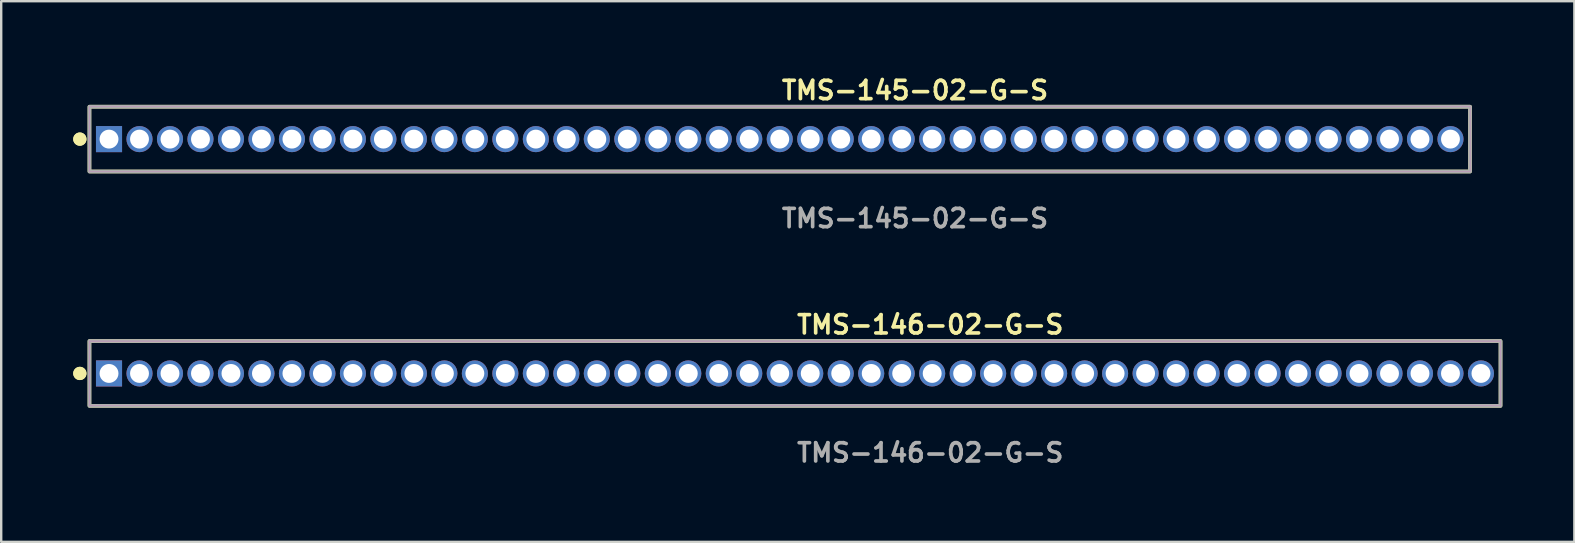
<source format=kicad_pcb>
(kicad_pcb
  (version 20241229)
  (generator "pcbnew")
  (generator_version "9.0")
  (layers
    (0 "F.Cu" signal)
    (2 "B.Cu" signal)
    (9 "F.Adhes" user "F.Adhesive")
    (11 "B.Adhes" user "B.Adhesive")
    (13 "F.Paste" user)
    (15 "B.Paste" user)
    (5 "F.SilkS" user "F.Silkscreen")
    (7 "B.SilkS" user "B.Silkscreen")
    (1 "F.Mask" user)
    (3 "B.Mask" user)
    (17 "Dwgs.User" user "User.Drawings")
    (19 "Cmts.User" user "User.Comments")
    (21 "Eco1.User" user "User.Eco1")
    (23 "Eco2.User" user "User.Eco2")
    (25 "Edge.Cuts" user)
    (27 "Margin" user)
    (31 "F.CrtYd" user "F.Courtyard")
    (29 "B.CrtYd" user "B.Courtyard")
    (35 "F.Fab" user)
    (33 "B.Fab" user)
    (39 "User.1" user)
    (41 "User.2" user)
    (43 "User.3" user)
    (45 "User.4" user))
  (footprint "TMS-145-02-G-S"
    (layer "F.Cu")
    (at 29.431 2.745)
    (property "Reference" "TMS-145-02-G-S" (at 0 -2.032 0) (unlocked yes) (layer "F.SilkS") (effects (font (size 0.762 0.762) (thickness 0.152)) (justify left)))
    (fp_rect (start -28.755 1.35) (end 28.755 -1.35) (stroke (width 0.152) (type solid)) (fill no) (layer "F.SilkS"))
    (fp_circle (center -29.155 0) (end -29.355 0) (stroke (width 0.152) (type solid)) (fill yes) (layer "F.SilkS"))
    (fp_circle (center -29.155 0) (end -29.355 0) (stroke (width 0.152) (type solid)) (fill yes) (layer "F.SilkS"))
    (fp_rect (start -28.755 1.35) (end 28.755 -1.35) (stroke (width 0.006) (type solid)) (fill no) (layer "F.CrtYd"))
    (fp_rect (start -28.755 1.35) (end 28.755 -1.35) (stroke (width 0.152) (type solid)) (fill no) (layer "F.Fab"))
    (fp_text user "${REFERENCE}" (at 0 3.302 0) (unlocked yes) (layer "F.Fab") (effects (font (size 0.762 0.762) (thickness 0.152)) (justify left)))
    (pad "1" thru_hole rect (at -27.94 0) (size 1.087 1.087) (drill 0.787) (layers "*.Cu" "*.Mask"))
    (pad "2" thru_hole circle (at -26.67 0) (size 1.087 1.087) (drill 0.787) (layers "*.Cu" "*.Mask"))
    (pad "3" thru_hole circle (at -25.4 0) (size 1.087 1.087) (drill 0.787) (layers "*.Cu" "*.Mask"))
    (pad "4" thru_hole circle (at -24.13 0) (size 1.087 1.087) (drill 0.787) (layers "*.Cu" "*.Mask"))
    (pad "5" thru_hole circle (at -22.86 0) (size 1.087 1.087) (drill 0.787) (layers "*.Cu" "*.Mask"))
    (pad "6" thru_hole circle (at -21.59 0) (size 1.087 1.087) (drill 0.787) (layers "*.Cu" "*.Mask"))
    (pad "7" thru_hole circle (at -20.32 0) (size 1.087 1.087) (drill 0.787) (layers "*.Cu" "*.Mask"))
    (pad "8" thru_hole circle (at -19.05 0) (size 1.087 1.087) (drill 0.787) (layers "*.Cu" "*.Mask"))
    (pad "9" thru_hole circle (at -17.78 0) (size 1.087 1.087) (drill 0.787) (layers "*.Cu" "*.Mask"))
    (pad "10" thru_hole circle (at -16.51 0) (size 1.087 1.087) (drill 0.787) (layers "*.Cu" "*.Mask"))
    (pad "11" thru_hole circle (at -15.24 0) (size 1.087 1.087) (drill 0.787) (layers "*.Cu" "*.Mask"))
    (pad "12" thru_hole circle (at -13.97 0) (size 1.087 1.087) (drill 0.787) (layers "*.Cu" "*.Mask"))
    (pad "13" thru_hole circle (at -12.7 0) (size 1.087 1.087) (drill 0.787) (layers "*.Cu" "*.Mask"))
    (pad "14" thru_hole circle (at -11.43 0) (size 1.087 1.087) (drill 0.787) (layers "*.Cu" "*.Mask"))
    (pad "15" thru_hole circle (at -10.16 0) (size 1.087 1.087) (drill 0.787) (layers "*.Cu" "*.Mask"))
    (pad "16" thru_hole circle (at -8.89 0) (size 1.087 1.087) (drill 0.787) (layers "*.Cu" "*.Mask"))
    (pad "17" thru_hole circle (at -7.62 0) (size 1.087 1.087) (drill 0.787) (layers "*.Cu" "*.Mask"))
    (pad "18" thru_hole circle (at -6.35 0) (size 1.087 1.087) (drill 0.787) (layers "*.Cu" "*.Mask"))
    (pad "19" thru_hole circle (at -5.08 0) (size 1.087 1.087) (drill 0.787) (layers "*.Cu" "*.Mask"))
    (pad "20" thru_hole circle (at -3.81 0) (size 1.087 1.087) (drill 0.787) (layers "*.Cu" "*.Mask"))
    (pad "21" thru_hole circle (at -2.54 0) (size 1.087 1.087) (drill 0.787) (layers "*.Cu" "*.Mask"))
    (pad "22" thru_hole circle (at -1.27 0) (size 1.087 1.087) (drill 0.787) (layers "*.Cu" "*.Mask"))
    (pad "23" thru_hole circle (at 0 0) (size 1.087 1.087) (drill 0.787) (layers "*.Cu" "*.Mask"))
    (pad "24" thru_hole circle (at 1.27 0) (size 1.087 1.087) (drill 0.787) (layers "*.Cu" "*.Mask"))
    (pad "25" thru_hole circle (at 2.54 0) (size 1.087 1.087) (drill 0.787) (layers "*.Cu" "*.Mask"))
    (pad "26" thru_hole circle (at 3.81 0) (size 1.087 1.087) (drill 0.787) (layers "*.Cu" "*.Mask"))
    (pad "27" thru_hole circle (at 5.08 0) (size 1.087 1.087) (drill 0.787) (layers "*.Cu" "*.Mask"))
    (pad "28" thru_hole circle (at 6.35 0) (size 1.087 1.087) (drill 0.787) (layers "*.Cu" "*.Mask"))
    (pad "29" thru_hole circle (at 7.62 0) (size 1.087 1.087) (drill 0.787) (layers "*.Cu" "*.Mask"))
    (pad "30" thru_hole circle (at 8.89 0) (size 1.087 1.087) (drill 0.787) (layers "*.Cu" "*.Mask"))
    (pad "31" thru_hole circle (at 10.16 0) (size 1.087 1.087) (drill 0.787) (layers "*.Cu" "*.Mask"))
    (pad "32" thru_hole circle (at 11.43 0) (size 1.087 1.087) (drill 0.787) (layers "*.Cu" "*.Mask"))
    (pad "33" thru_hole circle (at 12.7 0) (size 1.087 1.087) (drill 0.787) (layers "*.Cu" "*.Mask"))
    (pad "34" thru_hole circle (at 13.97 0) (size 1.087 1.087) (drill 0.787) (layers "*.Cu" "*.Mask"))
    (pad "35" thru_hole circle (at 15.24 0) (size 1.087 1.087) (drill 0.787) (layers "*.Cu" "*.Mask"))
    (pad "36" thru_hole circle (at 16.51 0) (size 1.087 1.087) (drill 0.787) (layers "*.Cu" "*.Mask"))
    (pad "37" thru_hole circle (at 17.78 0) (size 1.087 1.087) (drill 0.787) (layers "*.Cu" "*.Mask"))
    (pad "38" thru_hole circle (at 19.05 0) (size 1.087 1.087) (drill 0.787) (layers "*.Cu" "*.Mask"))
    (pad "39" thru_hole circle (at 20.32 0) (size 1.087 1.087) (drill 0.787) (layers "*.Cu" "*.Mask"))
    (pad "40" thru_hole circle (at 21.59 0) (size 1.087 1.087) (drill 0.787) (layers "*.Cu" "*.Mask"))
    (pad "41" thru_hole circle (at 22.86 0) (size 1.087 1.087) (drill 0.787) (layers "*.Cu" "*.Mask"))
    (pad "42" thru_hole circle (at 24.13 0) (size 1.087 1.087) (drill 0.787) (layers "*.Cu" "*.Mask"))
    (pad "43" thru_hole circle (at 25.4 0) (size 1.087 1.087) (drill 0.787) (layers "*.Cu" "*.Mask"))
    (pad "44" thru_hole circle (at 26.67 0) (size 1.087 1.087) (drill 0.787) (layers "*.Cu" "*.Mask"))
    (pad "45" thru_hole circle (at 27.94 0) (size 1.087 1.087) (drill 0.787) (layers "*.Cu" "*.Mask")))
  (footprint "TMS-146-02-G-S"
    (layer "F.Cu")
    (at 30.066 12.506)
    (property "Reference" "TMS-146-02-G-S" (at 0 -2.032 0) (unlocked yes) (layer "F.SilkS") (effects (font (size 0.762 0.762) (thickness 0.152)) (justify left)))
    (fp_rect (start -29.39 1.35) (end 29.39 -1.35) (stroke (width 0.152) (type solid)) (fill no) (layer "F.SilkS"))
    (fp_circle (center -29.79 0) (end -29.99 0) (stroke (width 0.152) (type solid)) (fill yes) (layer "F.SilkS"))
    (fp_circle (center -29.79 0) (end -29.99 0) (stroke (width 0.152) (type solid)) (fill yes) (layer "F.SilkS"))
    (fp_rect (start -29.39 1.35) (end 29.39 -1.35) (stroke (width 0.006) (type solid)) (fill no) (layer "F.CrtYd"))
    (fp_rect (start -29.39 1.35) (end 29.39 -1.35) (stroke (width 0.152) (type solid)) (fill no) (layer "F.Fab"))
    (fp_text user "${REFERENCE}" (at 0 3.302 0) (unlocked yes) (layer "F.Fab") (effects (font (size 0.762 0.762) (thickness 0.152)) (justify left)))
    (pad "1" thru_hole rect (at -28.575 0) (size 1.087 1.087) (drill 0.787) (layers "*.Cu" "*.Mask"))
    (pad "2" thru_hole circle (at -27.305 0) (size 1.087 1.087) (drill 0.787) (layers "*.Cu" "*.Mask"))
    (pad "3" thru_hole circle (at -26.035 0) (size 1.087 1.087) (drill 0.787) (layers "*.Cu" "*.Mask"))
    (pad "4" thru_hole circle (at -24.765 0) (size 1.087 1.087) (drill 0.787) (layers "*.Cu" "*.Mask"))
    (pad "5" thru_hole circle (at -23.495 0) (size 1.087 1.087) (drill 0.787) (layers "*.Cu" "*.Mask"))
    (pad "6" thru_hole circle (at -22.225 0) (size 1.087 1.087) (drill 0.787) (layers "*.Cu" "*.Mask"))
    (pad "7" thru_hole circle (at -20.955 0) (size 1.087 1.087) (drill 0.787) (layers "*.Cu" "*.Mask"))
    (pad "8" thru_hole circle (at -19.685 0) (size 1.087 1.087) (drill 0.787) (layers "*.Cu" "*.Mask"))
    (pad "9" thru_hole circle (at -18.415 0) (size 1.087 1.087) (drill 0.787) (layers "*.Cu" "*.Mask"))
    (pad "10" thru_hole circle (at -17.145 0) (size 1.087 1.087) (drill 0.787) (layers "*.Cu" "*.Mask"))
    (pad "11" thru_hole circle (at -15.875 0) (size 1.087 1.087) (drill 0.787) (layers "*.Cu" "*.Mask"))
    (pad "12" thru_hole circle (at -14.605 0) (size 1.087 1.087) (drill 0.787) (layers "*.Cu" "*.Mask"))
    (pad "13" thru_hole circle (at -13.335 0) (size 1.087 1.087) (drill 0.787) (layers "*.Cu" "*.Mask"))
    (pad "14" thru_hole circle (at -12.065 0) (size 1.087 1.087) (drill 0.787) (layers "*.Cu" "*.Mask"))
    (pad "15" thru_hole circle (at -10.795 0) (size 1.087 1.087) (drill 0.787) (layers "*.Cu" "*.Mask"))
    (pad "16" thru_hole circle (at -9.525 0) (size 1.087 1.087) (drill 0.787) (layers "*.Cu" "*.Mask"))
    (pad "17" thru_hole circle (at -8.255 0) (size 1.087 1.087) (drill 0.787) (layers "*.Cu" "*.Mask"))
    (pad "18" thru_hole circle (at -6.985 0) (size 1.087 1.087) (drill 0.787) (layers "*.Cu" "*.Mask"))
    (pad "19" thru_hole circle (at -5.715 0) (size 1.087 1.087) (drill 0.787) (layers "*.Cu" "*.Mask"))
    (pad "20" thru_hole circle (at -4.445 0) (size 1.087 1.087) (drill 0.787) (layers "*.Cu" "*.Mask"))
    (pad "21" thru_hole circle (at -3.175 0) (size 1.087 1.087) (drill 0.787) (layers "*.Cu" "*.Mask"))
    (pad "22" thru_hole circle (at -1.905 0) (size 1.087 1.087) (drill 0.787) (layers "*.Cu" "*.Mask"))
    (pad "23" thru_hole circle (at -0.635 0) (size 1.087 1.087) (drill 0.787) (layers "*.Cu" "*.Mask"))
    (pad "24" thru_hole circle (at 0.635 0) (size 1.087 1.087) (drill 0.787) (layers "*.Cu" "*.Mask"))
    (pad "25" thru_hole circle (at 1.905 0) (size 1.087 1.087) (drill 0.787) (layers "*.Cu" "*.Mask"))
    (pad "26" thru_hole circle (at 3.175 0) (size 1.087 1.087) (drill 0.787) (layers "*.Cu" "*.Mask"))
    (pad "27" thru_hole circle (at 4.445 0) (size 1.087 1.087) (drill 0.787) (layers "*.Cu" "*.Mask"))
    (pad "28" thru_hole circle (at 5.715 0) (size 1.087 1.087) (drill 0.787) (layers "*.Cu" "*.Mask"))
    (pad "29" thru_hole circle (at 6.985 0) (size 1.087 1.087) (drill 0.787) (layers "*.Cu" "*.Mask"))
    (pad "30" thru_hole circle (at 8.255 0) (size 1.087 1.087) (drill 0.787) (layers "*.Cu" "*.Mask"))
    (pad "31" thru_hole circle (at 9.525 0) (size 1.087 1.087) (drill 0.787) (layers "*.Cu" "*.Mask"))
    (pad "32" thru_hole circle (at 10.795 0) (size 1.087 1.087) (drill 0.787) (layers "*.Cu" "*.Mask"))
    (pad "33" thru_hole circle (at 12.065 0) (size 1.087 1.087) (drill 0.787) (layers "*.Cu" "*.Mask"))
    (pad "34" thru_hole circle (at 13.335 0) (size 1.087 1.087) (drill 0.787) (layers "*.Cu" "*.Mask"))
    (pad "35" thru_hole circle (at 14.605 0) (size 1.087 1.087) (drill 0.787) (layers "*.Cu" "*.Mask"))
    (pad "36" thru_hole circle (at 15.875 0) (size 1.087 1.087) (drill 0.787) (layers "*.Cu" "*.Mask"))
    (pad "37" thru_hole circle (at 17.145 0) (size 1.087 1.087) (drill 0.787) (layers "*.Cu" "*.Mask"))
    (pad "38" thru_hole circle (at 18.415 0) (size 1.087 1.087) (drill 0.787) (layers "*.Cu" "*.Mask"))
    (pad "39" thru_hole circle (at 19.685 0) (size 1.087 1.087) (drill 0.787) (layers "*.Cu" "*.Mask"))
    (pad "40" thru_hole circle (at 20.955 0) (size 1.087 1.087) (drill 0.787) (layers "*.Cu" "*.Mask"))
    (pad "41" thru_hole circle (at 22.225 0) (size 1.087 1.087) (drill 0.787) (layers "*.Cu" "*.Mask"))
    (pad "42" thru_hole circle (at 23.495 0) (size 1.087 1.087) (drill 0.787) (layers "*.Cu" "*.Mask"))
    (pad "43" thru_hole circle (at 24.765 0) (size 1.087 1.087) (drill 0.787) (layers "*.Cu" "*.Mask"))
    (pad "44" thru_hole circle (at 26.035 0) (size 1.087 1.087) (drill 0.787) (layers "*.Cu" "*.Mask"))
    (pad "45" thru_hole circle (at 27.305 0) (size 1.087 1.087) (drill 0.787) (layers "*.Cu" "*.Mask"))
    (pad "46" thru_hole circle (at 28.575 0) (size 1.087 1.087) (drill 0.787) (layers "*.Cu" "*.Mask")))
  (gr_rect
    (start -3 -3)
    (end 62.532 19.521)
    (stroke (width 0.1) (type default))
    (fill no)
    (layer "Edge.Cuts")))
</source>
